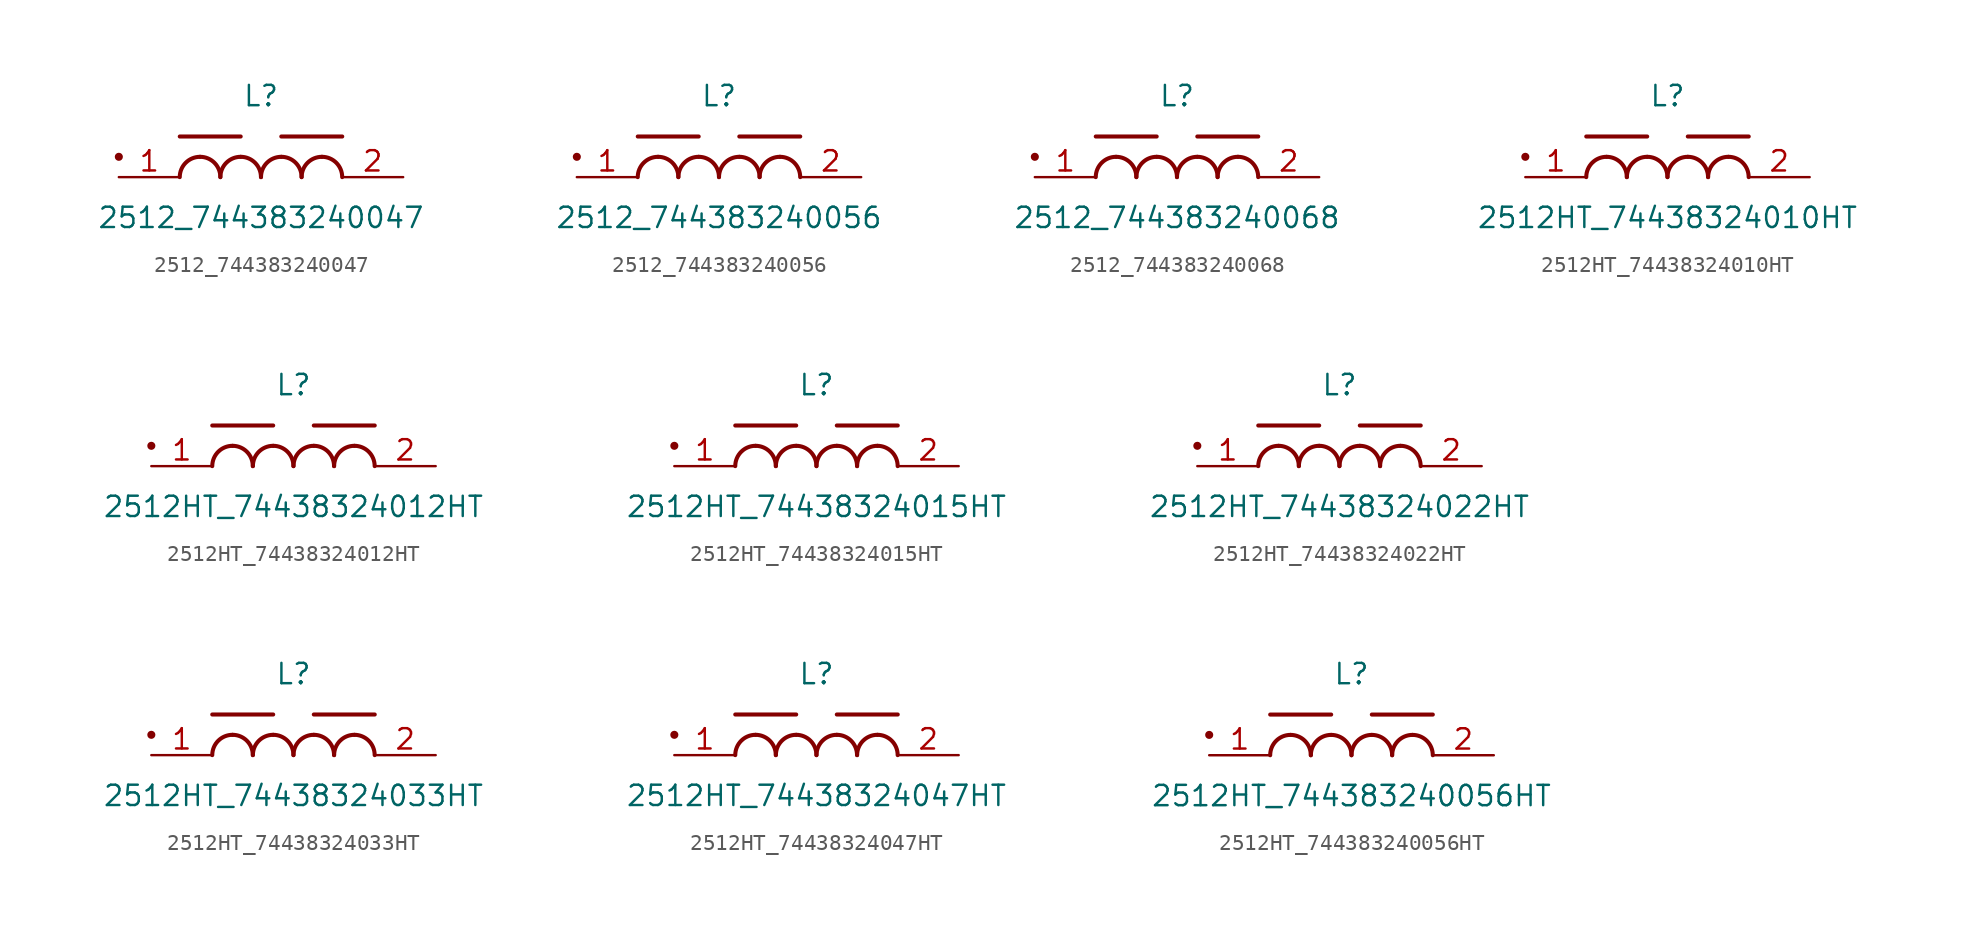
<source format=kicad_sym>
(kicad_symbol_lib
  (version 20211014)
  (generator kicad_symbol_editor)
  (symbol "Inductor_Wurth_WE-MAPI:2512_744383240047"
    (pin_names hide)
    (property "Reference" "L"
      (at 0 5.08 0)
      (effects (font (size 1.27 1.27))))
    (property "Value" "2512_744383240047"
      (at 0 -2.54 0)
      (effects (font (size 1.27 1.27))))
    (symbol "2512_744383240047_0_1"
      (circle (center -8.89 1.27) (radius 0.0001) (stroke (width 0.254)) (stroke (width 0.254) (type default) (color 0 0 0 0)) (fill (type none)))
      (arc (start -3.81 1.27) (mid -4.708 0.898) (end -5.08 0) (stroke (width 0.254) (type default) (color 0 0 0 0)) (fill (type none)))
      (arc (start -2.54 0) (mid -2.912 0.898) (end -3.81 1.27) (stroke (width 0.254) (type default) (color 0 0 0 0)) (fill (type none)))
      (arc (start -1.2699 1.2701) (mid -2.1679 0.8981) (end -2.5399 0.0001) (stroke (width 0.254) (type default) (color 0 0 0 0)) (fill (type none)))
      (polyline (pts (xy -5.08 2.54) (xy -1.27 2.54)) (stroke (width 0.254) (type default) (color 0 0 0 0)) (fill (type none)))
      (polyline (pts (xy 5.08 2.54) (xy 1.27 2.54)) (stroke (width 0.254) (type default) (color 0 0 0 0)) (fill (type none)))
      (arc (start 0.0001 0.0001) (mid -0.3719 0.8981) (end -1.2699 1.2701) (stroke (width 0.254) (type default) (color 0 0 0 0)) (fill (type none)))
      (arc (start 1.2701 1.2701) (mid 0.3721 0.8981) (end 0.0001 0.0001) (stroke (width 0.254) (type default) (color 0 0 0 0)) (fill (type none)))
      (arc (start 2.5401 0.0001) (mid 2.1681 0.8981) (end 1.2701 1.2701) (stroke (width 0.254) (type default) (color 0 0 0 0)) (fill (type none)))
      (arc (start 3.8101 1.2701) (mid 2.9121 0.8981) (end 2.5401 0.0001) (stroke (width 0.254) (type default) (color 0 0 0 0)) (fill (type none)))
      (arc (start 5.0801 0.0001) (mid 4.7081 0.8981) (end 3.8101 1.2701) (stroke (width 0.254) (type default) (color 0 0 0 0)) (fill (type none))))
    (symbol "2512_744383240047_1_1"
      (pin passive line (at -8.89 0 0) (length 3.81) (name "1" (effects (font (size 1.27 1.27)))) (number "1" (effects (font (size 1.27 1.27)))))
      (pin passive line (at 8.89 0 180) (length 3.81) (name "2" (effects (font (size 1.27 1.27)))) (number "2" (effects (font (size 1.27 1.27)))))))
  (symbol "Inductor_Wurth_WE-MAPI:2512_744383240056"
    (pin_names hide)
    (property "Reference" "L"
      (at 0 5.08 0)
      (effects (font (size 1.27 1.27))))
    (property "Value" "2512_744383240056"
      (at 0 -2.54 0)
      (effects (font (size 1.27 1.27))))
    (symbol "2512_744383240056_0_1"
      (circle (center -8.89 1.27) (radius 0.0001) (stroke (width 0.254)) (stroke (width 0.254) (type default) (color 0 0 0 0)) (fill (type none)))
      (arc (start -3.81 1.27) (mid -4.708 0.898) (end -5.08 0) (stroke (width 0.254) (type default) (color 0 0 0 0)) (fill (type none)))
      (arc (start -2.54 0) (mid -2.912 0.898) (end -3.81 1.27) (stroke (width 0.254) (type default) (color 0 0 0 0)) (fill (type none)))
      (arc (start -1.2699 1.2701) (mid -2.1679 0.8981) (end -2.5399 0.0001) (stroke (width 0.254) (type default) (color 0 0 0 0)) (fill (type none)))
      (polyline (pts (xy -5.08 2.54) (xy -1.27 2.54)) (stroke (width 0.254) (type default) (color 0 0 0 0)) (fill (type none)))
      (polyline (pts (xy 5.08 2.54) (xy 1.27 2.54)) (stroke (width 0.254) (type default) (color 0 0 0 0)) (fill (type none)))
      (arc (start 0.0001 0.0001) (mid -0.3719 0.8981) (end -1.2699 1.2701) (stroke (width 0.254) (type default) (color 0 0 0 0)) (fill (type none)))
      (arc (start 1.2701 1.2701) (mid 0.3721 0.8981) (end 0.0001 0.0001) (stroke (width 0.254) (type default) (color 0 0 0 0)) (fill (type none)))
      (arc (start 2.5401 0.0001) (mid 2.1681 0.8981) (end 1.2701 1.2701) (stroke (width 0.254) (type default) (color 0 0 0 0)) (fill (type none)))
      (arc (start 3.8101 1.2701) (mid 2.9121 0.8981) (end 2.5401 0.0001) (stroke (width 0.254) (type default) (color 0 0 0 0)) (fill (type none)))
      (arc (start 5.0801 0.0001) (mid 4.7081 0.8981) (end 3.8101 1.2701) (stroke (width 0.254) (type default) (color 0 0 0 0)) (fill (type none))))
    (symbol "2512_744383240056_1_1"
      (pin passive line (at -8.89 0 0) (length 3.81) (name "1" (effects (font (size 1.27 1.27)))) (number "1" (effects (font (size 1.27 1.27)))))
      (pin passive line (at 8.89 0 180) (length 3.81) (name "2" (effects (font (size 1.27 1.27)))) (number "2" (effects (font (size 1.27 1.27)))))))
  (symbol "Inductor_Wurth_WE-MAPI:2512_744383240068"
    (pin_names hide)
    (property "Reference" "L"
      (at 0 5.08 0)
      (effects (font (size 1.27 1.27))))
    (property "Value" "2512_744383240068"
      (at 0 -2.54 0)
      (effects (font (size 1.27 1.27))))
    (symbol "2512_744383240068_0_1"
      (circle (center -8.89 1.27) (radius 0.0001) (stroke (width 0.254)) (stroke (width 0.254) (type default) (color 0 0 0 0)) (fill (type none)))
      (arc (start -3.81 1.27) (mid -4.708 0.898) (end -5.08 0) (stroke (width 0.254) (type default) (color 0 0 0 0)) (fill (type none)))
      (arc (start -2.54 0) (mid -2.912 0.898) (end -3.81 1.27) (stroke (width 0.254) (type default) (color 0 0 0 0)) (fill (type none)))
      (arc (start -1.2699 1.2701) (mid -2.1679 0.8981) (end -2.5399 0.0001) (stroke (width 0.254) (type default) (color 0 0 0 0)) (fill (type none)))
      (polyline (pts (xy -5.08 2.54) (xy -1.27 2.54)) (stroke (width 0.254) (type default) (color 0 0 0 0)) (fill (type none)))
      (polyline (pts (xy 5.08 2.54) (xy 1.27 2.54)) (stroke (width 0.254) (type default) (color 0 0 0 0)) (fill (type none)))
      (arc (start 0.0001 0.0001) (mid -0.3719 0.8981) (end -1.2699 1.2701) (stroke (width 0.254) (type default) (color 0 0 0 0)) (fill (type none)))
      (arc (start 1.2701 1.2701) (mid 0.3721 0.8981) (end 0.0001 0.0001) (stroke (width 0.254) (type default) (color 0 0 0 0)) (fill (type none)))
      (arc (start 2.5401 0.0001) (mid 2.1681 0.8981) (end 1.2701 1.2701) (stroke (width 0.254) (type default) (color 0 0 0 0)) (fill (type none)))
      (arc (start 3.8101 1.2701) (mid 2.9121 0.8981) (end 2.5401 0.0001) (stroke (width 0.254) (type default) (color 0 0 0 0)) (fill (type none)))
      (arc (start 5.0801 0.0001) (mid 4.7081 0.8981) (end 3.8101 1.2701) (stroke (width 0.254) (type default) (color 0 0 0 0)) (fill (type none))))
    (symbol "2512_744383240068_1_1"
      (pin passive line (at -8.89 0 0) (length 3.81) (name "1" (effects (font (size 1.27 1.27)))) (number "1" (effects (font (size 1.27 1.27)))))
      (pin passive line (at 8.89 0 180) (length 3.81) (name "2" (effects (font (size 1.27 1.27)))) (number "2" (effects (font (size 1.27 1.27)))))))
  (symbol "Inductor_Wurth_WE-MAPI:2512HT_74438324010HT"
    (pin_names hide)
    (property "Reference" "L"
      (at 0 5.08 0)
      (effects (font (size 1.27 1.27))))
    (property "Value" "2512HT_74438324010HT"
      (at 0 -2.54 0)
      (effects (font (size 1.27 1.27))))
    (symbol "2512HT_74438324010HT_0_1"
      (circle (center -8.89 1.27) (radius 0.0001) (stroke (width 0.254)) (stroke (width 0.254) (type default) (color 0 0 0 0)) (fill (type none)))
      (arc (start -3.81 1.27) (mid -4.708 0.898) (end -5.08 0) (stroke (width 0.254) (type default) (color 0 0 0 0)) (fill (type none)))
      (arc (start -2.54 0) (mid -2.912 0.898) (end -3.81 1.27) (stroke (width 0.254) (type default) (color 0 0 0 0)) (fill (type none)))
      (arc (start -1.2699 1.2701) (mid -2.1679 0.8981) (end -2.5399 0.0001) (stroke (width 0.254) (type default) (color 0 0 0 0)) (fill (type none)))
      (polyline (pts (xy -5.08 2.54) (xy -1.27 2.54)) (stroke (width 0.254) (type default) (color 0 0 0 0)) (fill (type none)))
      (polyline (pts (xy 5.08 2.54) (xy 1.27 2.54)) (stroke (width 0.254) (type default) (color 0 0 0 0)) (fill (type none)))
      (arc (start 0.0001 0.0001) (mid -0.3719 0.8981) (end -1.2699 1.2701) (stroke (width 0.254) (type default) (color 0 0 0 0)) (fill (type none)))
      (arc (start 1.2701 1.2701) (mid 0.3721 0.8981) (end 0.0001 0.0001) (stroke (width 0.254) (type default) (color 0 0 0 0)) (fill (type none)))
      (arc (start 2.5401 0.0001) (mid 2.1681 0.8981) (end 1.2701 1.2701) (stroke (width 0.254) (type default) (color 0 0 0 0)) (fill (type none)))
      (arc (start 3.8101 1.2701) (mid 2.9121 0.8981) (end 2.5401 0.0001) (stroke (width 0.254) (type default) (color 0 0 0 0)) (fill (type none)))
      (arc (start 5.0801 0.0001) (mid 4.7081 0.8981) (end 3.8101 1.2701) (stroke (width 0.254) (type default) (color 0 0 0 0)) (fill (type none))))
    (symbol "2512HT_74438324010HT_1_1"
      (pin passive line (at -8.89 0 0) (length 3.81) (name "1" (effects (font (size 1.27 1.27)))) (number "1" (effects (font (size 1.27 1.27)))))
      (pin passive line (at 8.89 0 180) (length 3.81) (name "2" (effects (font (size 1.27 1.27)))) (number "2" (effects (font (size 1.27 1.27)))))))
  (symbol "Inductor_Wurth_WE-MAPI:2512HT_74438324012HT"
    (pin_names hide)
    (property "Reference" "L"
      (at 0 5.08 0)
      (effects (font (size 1.27 1.27))))
    (property "Value" "2512HT_74438324012HT"
      (at 0 -2.54 0)
      (effects (font (size 1.27 1.27))))
    (symbol "2512HT_74438324012HT_0_1"
      (circle (center -8.89 1.27) (radius 0.0001) (stroke (width 0.254)) (stroke (width 0.254) (type default) (color 0 0 0 0)) (fill (type none)))
      (arc (start -3.81 1.27) (mid -4.708 0.898) (end -5.08 0) (stroke (width 0.254) (type default) (color 0 0 0 0)) (fill (type none)))
      (arc (start -2.54 0) (mid -2.912 0.898) (end -3.81 1.27) (stroke (width 0.254) (type default) (color 0 0 0 0)) (fill (type none)))
      (arc (start -1.2699 1.2701) (mid -2.1679 0.8981) (end -2.5399 0.0001) (stroke (width 0.254) (type default) (color 0 0 0 0)) (fill (type none)))
      (polyline (pts (xy -5.08 2.54) (xy -1.27 2.54)) (stroke (width 0.254) (type default) (color 0 0 0 0)) (fill (type none)))
      (polyline (pts (xy 5.08 2.54) (xy 1.27 2.54)) (stroke (width 0.254) (type default) (color 0 0 0 0)) (fill (type none)))
      (arc (start 0.0001 0.0001) (mid -0.3719 0.8981) (end -1.2699 1.2701) (stroke (width 0.254) (type default) (color 0 0 0 0)) (fill (type none)))
      (arc (start 1.2701 1.2701) (mid 0.3721 0.8981) (end 0.0001 0.0001) (stroke (width 0.254) (type default) (color 0 0 0 0)) (fill (type none)))
      (arc (start 2.5401 0.0001) (mid 2.1681 0.8981) (end 1.2701 1.2701) (stroke (width 0.254) (type default) (color 0 0 0 0)) (fill (type none)))
      (arc (start 3.8101 1.2701) (mid 2.9121 0.8981) (end 2.5401 0.0001) (stroke (width 0.254) (type default) (color 0 0 0 0)) (fill (type none)))
      (arc (start 5.0801 0.0001) (mid 4.7081 0.8981) (end 3.8101 1.2701) (stroke (width 0.254) (type default) (color 0 0 0 0)) (fill (type none))))
    (symbol "2512HT_74438324012HT_1_1"
      (pin passive line (at -8.89 0 0) (length 3.81) (name "1" (effects (font (size 1.27 1.27)))) (number "1" (effects (font (size 1.27 1.27)))))
      (pin passive line (at 8.89 0 180) (length 3.81) (name "2" (effects (font (size 1.27 1.27)))) (number "2" (effects (font (size 1.27 1.27)))))))
  (symbol "Inductor_Wurth_WE-MAPI:2512HT_74438324015HT"
    (pin_names hide)
    (property "Reference" "L"
      (at 0 5.08 0)
      (effects (font (size 1.27 1.27))))
    (property "Value" "2512HT_74438324015HT"
      (at 0 -2.54 0)
      (effects (font (size 1.27 1.27))))
    (symbol "2512HT_74438324015HT_0_1"
      (circle (center -8.89 1.27) (radius 0.0001) (stroke (width 0.254)) (stroke (width 0.254) (type default) (color 0 0 0 0)) (fill (type none)))
      (arc (start -3.81 1.27) (mid -4.708 0.898) (end -5.08 0) (stroke (width 0.254) (type default) (color 0 0 0 0)) (fill (type none)))
      (arc (start -2.54 0) (mid -2.912 0.898) (end -3.81 1.27) (stroke (width 0.254) (type default) (color 0 0 0 0)) (fill (type none)))
      (arc (start -1.2699 1.2701) (mid -2.1679 0.8981) (end -2.5399 0.0001) (stroke (width 0.254) (type default) (color 0 0 0 0)) (fill (type none)))
      (polyline (pts (xy -5.08 2.54) (xy -1.27 2.54)) (stroke (width 0.254) (type default) (color 0 0 0 0)) (fill (type none)))
      (polyline (pts (xy 5.08 2.54) (xy 1.27 2.54)) (stroke (width 0.254) (type default) (color 0 0 0 0)) (fill (type none)))
      (arc (start 0.0001 0.0001) (mid -0.3719 0.8981) (end -1.2699 1.2701) (stroke (width 0.254) (type default) (color 0 0 0 0)) (fill (type none)))
      (arc (start 1.2701 1.2701) (mid 0.3721 0.8981) (end 0.0001 0.0001) (stroke (width 0.254) (type default) (color 0 0 0 0)) (fill (type none)))
      (arc (start 2.5401 0.0001) (mid 2.1681 0.8981) (end 1.2701 1.2701) (stroke (width 0.254) (type default) (color 0 0 0 0)) (fill (type none)))
      (arc (start 3.8101 1.2701) (mid 2.9121 0.8981) (end 2.5401 0.0001) (stroke (width 0.254) (type default) (color 0 0 0 0)) (fill (type none)))
      (arc (start 5.0801 0.0001) (mid 4.7081 0.8981) (end 3.8101 1.2701) (stroke (width 0.254) (type default) (color 0 0 0 0)) (fill (type none))))
    (symbol "2512HT_74438324015HT_1_1"
      (pin passive line (at -8.89 0 0) (length 3.81) (name "1" (effects (font (size 1.27 1.27)))) (number "1" (effects (font (size 1.27 1.27)))))
      (pin passive line (at 8.89 0 180) (length 3.81) (name "2" (effects (font (size 1.27 1.27)))) (number "2" (effects (font (size 1.27 1.27)))))))
  (symbol "Inductor_Wurth_WE-MAPI:2512HT_74438324022HT"
    (pin_names hide)
    (property "Reference" "L"
      (at 0 5.08 0)
      (effects (font (size 1.27 1.27))))
    (property "Value" "2512HT_74438324022HT"
      (at 0 -2.54 0)
      (effects (font (size 1.27 1.27))))
    (symbol "2512HT_74438324022HT_0_1"
      (circle (center -8.89 1.27) (radius 0.0001) (stroke (width 0.254)) (stroke (width 0.254) (type default) (color 0 0 0 0)) (fill (type none)))
      (arc (start -3.81 1.27) (mid -4.708 0.898) (end -5.08 0) (stroke (width 0.254) (type default) (color 0 0 0 0)) (fill (type none)))
      (arc (start -2.54 0) (mid -2.912 0.898) (end -3.81 1.27) (stroke (width 0.254) (type default) (color 0 0 0 0)) (fill (type none)))
      (arc (start -1.2699 1.2701) (mid -2.1679 0.8981) (end -2.5399 0.0001) (stroke (width 0.254) (type default) (color 0 0 0 0)) (fill (type none)))
      (polyline (pts (xy -5.08 2.54) (xy -1.27 2.54)) (stroke (width 0.254) (type default) (color 0 0 0 0)) (fill (type none)))
      (polyline (pts (xy 5.08 2.54) (xy 1.27 2.54)) (stroke (width 0.254) (type default) (color 0 0 0 0)) (fill (type none)))
      (arc (start 0.0001 0.0001) (mid -0.3719 0.8981) (end -1.2699 1.2701) (stroke (width 0.254) (type default) (color 0 0 0 0)) (fill (type none)))
      (arc (start 1.2701 1.2701) (mid 0.3721 0.8981) (end 0.0001 0.0001) (stroke (width 0.254) (type default) (color 0 0 0 0)) (fill (type none)))
      (arc (start 2.5401 0.0001) (mid 2.1681 0.8981) (end 1.2701 1.2701) (stroke (width 0.254) (type default) (color 0 0 0 0)) (fill (type none)))
      (arc (start 3.8101 1.2701) (mid 2.9121 0.8981) (end 2.5401 0.0001) (stroke (width 0.254) (type default) (color 0 0 0 0)) (fill (type none)))
      (arc (start 5.0801 0.0001) (mid 4.7081 0.8981) (end 3.8101 1.2701) (stroke (width 0.254) (type default) (color 0 0 0 0)) (fill (type none))))
    (symbol "2512HT_74438324022HT_1_1"
      (pin passive line (at -8.89 0 0) (length 3.81) (name "1" (effects (font (size 1.27 1.27)))) (number "1" (effects (font (size 1.27 1.27)))))
      (pin passive line (at 8.89 0 180) (length 3.81) (name "2" (effects (font (size 1.27 1.27)))) (number "2" (effects (font (size 1.27 1.27)))))))
  (symbol "Inductor_Wurth_WE-MAPI:2512HT_74438324033HT"
    (pin_names hide)
    (property "Reference" "L"
      (at 0 5.08 0)
      (effects (font (size 1.27 1.27))))
    (property "Value" "2512HT_74438324033HT"
      (at 0 -2.54 0)
      (effects (font (size 1.27 1.27))))
    (symbol "2512HT_74438324033HT_0_1"
      (circle (center -8.89 1.27) (radius 0.0001) (stroke (width 0.254)) (stroke (width 0.254) (type default) (color 0 0 0 0)) (fill (type none)))
      (arc (start -3.81 1.27) (mid -4.708 0.898) (end -5.08 0) (stroke (width 0.254) (type default) (color 0 0 0 0)) (fill (type none)))
      (arc (start -2.54 0) (mid -2.912 0.898) (end -3.81 1.27) (stroke (width 0.254) (type default) (color 0 0 0 0)) (fill (type none)))
      (arc (start -1.2699 1.2701) (mid -2.1679 0.8981) (end -2.5399 0.0001) (stroke (width 0.254) (type default) (color 0 0 0 0)) (fill (type none)))
      (polyline (pts (xy -5.08 2.54) (xy -1.27 2.54)) (stroke (width 0.254) (type default) (color 0 0 0 0)) (fill (type none)))
      (polyline (pts (xy 5.08 2.54) (xy 1.27 2.54)) (stroke (width 0.254) (type default) (color 0 0 0 0)) (fill (type none)))
      (arc (start 0.0001 0.0001) (mid -0.3719 0.8981) (end -1.2699 1.2701) (stroke (width 0.254) (type default) (color 0 0 0 0)) (fill (type none)))
      (arc (start 1.2701 1.2701) (mid 0.3721 0.8981) (end 0.0001 0.0001) (stroke (width 0.254) (type default) (color 0 0 0 0)) (fill (type none)))
      (arc (start 2.5401 0.0001) (mid 2.1681 0.8981) (end 1.2701 1.2701) (stroke (width 0.254) (type default) (color 0 0 0 0)) (fill (type none)))
      (arc (start 3.8101 1.2701) (mid 2.9121 0.8981) (end 2.5401 0.0001) (stroke (width 0.254) (type default) (color 0 0 0 0)) (fill (type none)))
      (arc (start 5.0801 0.0001) (mid 4.7081 0.8981) (end 3.8101 1.2701) (stroke (width 0.254) (type default) (color 0 0 0 0)) (fill (type none))))
    (symbol "2512HT_74438324033HT_1_1"
      (pin passive line (at -8.89 0 0) (length 3.81) (name "1" (effects (font (size 1.27 1.27)))) (number "1" (effects (font (size 1.27 1.27)))))
      (pin passive line (at 8.89 0 180) (length 3.81) (name "2" (effects (font (size 1.27 1.27)))) (number "2" (effects (font (size 1.27 1.27)))))))
  (symbol "Inductor_Wurth_WE-MAPI:2512HT_74438324047HT"
    (pin_names hide)
    (property "Reference" "L"
      (at 0 5.08 0)
      (effects (font (size 1.27 1.27))))
    (property "Value" "2512HT_74438324047HT"
      (at 0 -2.54 0)
      (effects (font (size 1.27 1.27))))
    (symbol "2512HT_74438324047HT_0_1"
      (circle (center -8.89 1.27) (radius 0.0001) (stroke (width 0.254)) (stroke (width 0.254) (type default) (color 0 0 0 0)) (fill (type none)))
      (arc (start -3.81 1.27) (mid -4.708 0.898) (end -5.08 0) (stroke (width 0.254) (type default) (color 0 0 0 0)) (fill (type none)))
      (arc (start -2.54 0) (mid -2.912 0.898) (end -3.81 1.27) (stroke (width 0.254) (type default) (color 0 0 0 0)) (fill (type none)))
      (arc (start -1.2699 1.2701) (mid -2.1679 0.8981) (end -2.5399 0.0001) (stroke (width 0.254) (type default) (color 0 0 0 0)) (fill (type none)))
      (polyline (pts (xy -5.08 2.54) (xy -1.27 2.54)) (stroke (width 0.254) (type default) (color 0 0 0 0)) (fill (type none)))
      (polyline (pts (xy 5.08 2.54) (xy 1.27 2.54)) (stroke (width 0.254) (type default) (color 0 0 0 0)) (fill (type none)))
      (arc (start 0.0001 0.0001) (mid -0.3719 0.8981) (end -1.2699 1.2701) (stroke (width 0.254) (type default) (color 0 0 0 0)) (fill (type none)))
      (arc (start 1.2701 1.2701) (mid 0.3721 0.8981) (end 0.0001 0.0001) (stroke (width 0.254) (type default) (color 0 0 0 0)) (fill (type none)))
      (arc (start 2.5401 0.0001) (mid 2.1681 0.8981) (end 1.2701 1.2701) (stroke (width 0.254) (type default) (color 0 0 0 0)) (fill (type none)))
      (arc (start 3.8101 1.2701) (mid 2.9121 0.8981) (end 2.5401 0.0001) (stroke (width 0.254) (type default) (color 0 0 0 0)) (fill (type none)))
      (arc (start 5.0801 0.0001) (mid 4.7081 0.8981) (end 3.8101 1.2701) (stroke (width 0.254) (type default) (color 0 0 0 0)) (fill (type none))))
    (symbol "2512HT_74438324047HT_1_1"
      (pin passive line (at -8.89 0 0) (length 3.81) (name "1" (effects (font (size 1.27 1.27)))) (number "1" (effects (font (size 1.27 1.27)))))
      (pin passive line (at 8.89 0 180) (length 3.81) (name "2" (effects (font (size 1.27 1.27)))) (number "2" (effects (font (size 1.27 1.27)))))))
  (symbol "Inductor_Wurth_WE-MAPI:2512HT_744383240056HT"
    (pin_names hide)
    (property "Reference" "L"
      (at 0 5.08 0)
      (effects (font (size 1.27 1.27))))
    (property "Value" "2512HT_744383240056HT"
      (at 0 -2.54 0)
      (effects (font (size 1.27 1.27))))
    (symbol "2512HT_744383240056HT_0_1"
      (circle (center -8.89 1.27) (radius 0.0001) (stroke (width 0.254)) (stroke (width 0.254) (type default) (color 0 0 0 0)) (fill (type none)))
      (arc (start -3.81 1.27) (mid -4.708 0.898) (end -5.08 0) (stroke (width 0.254) (type default) (color 0 0 0 0)) (fill (type none)))
      (arc (start -2.54 0) (mid -2.912 0.898) (end -3.81 1.27) (stroke (width 0.254) (type default) (color 0 0 0 0)) (fill (type none)))
      (arc (start -1.2699 1.2701) (mid -2.1679 0.8981) (end -2.5399 0.0001) (stroke (width 0.254) (type default) (color 0 0 0 0)) (fill (type none)))
      (polyline (pts (xy -5.08 2.54) (xy -1.27 2.54)) (stroke (width 0.254) (type default) (color 0 0 0 0)) (fill (type none)))
      (polyline (pts (xy 5.08 2.54) (xy 1.27 2.54)) (stroke (width 0.254) (type default) (color 0 0 0 0)) (fill (type none)))
      (arc (start 0.0001 0.0001) (mid -0.3719 0.8981) (end -1.2699 1.2701) (stroke (width 0.254) (type default) (color 0 0 0 0)) (fill (type none)))
      (arc (start 1.2701 1.2701) (mid 0.3721 0.8981) (end 0.0001 0.0001) (stroke (width 0.254) (type default) (color 0 0 0 0)) (fill (type none)))
      (arc (start 2.5401 0.0001) (mid 2.1681 0.8981) (end 1.2701 1.2701) (stroke (width 0.254) (type default) (color 0 0 0 0)) (fill (type none)))
      (arc (start 3.8101 1.2701) (mid 2.9121 0.8981) (end 2.5401 0.0001) (stroke (width 0.254) (type default) (color 0 0 0 0)) (fill (type none)))
      (arc (start 5.0801 0.0001) (mid 4.7081 0.8981) (end 3.8101 1.2701) (stroke (width 0.254) (type default) (color 0 0 0 0)) (fill (type none))))
    (symbol "2512HT_744383240056HT_1_1"
      (pin passive line (at -8.89 0 0) (length 3.81) (name "1" (effects (font (size 1.27 1.27)))) (number "1" (effects (font (size 1.27 1.27)))))
      (pin passive line (at 8.89 0 180) (length 3.81) (name "2" (effects (font (size 1.27 1.27)))) (number "2" (effects (font (size 1.27 1.27))))))))
</source>
